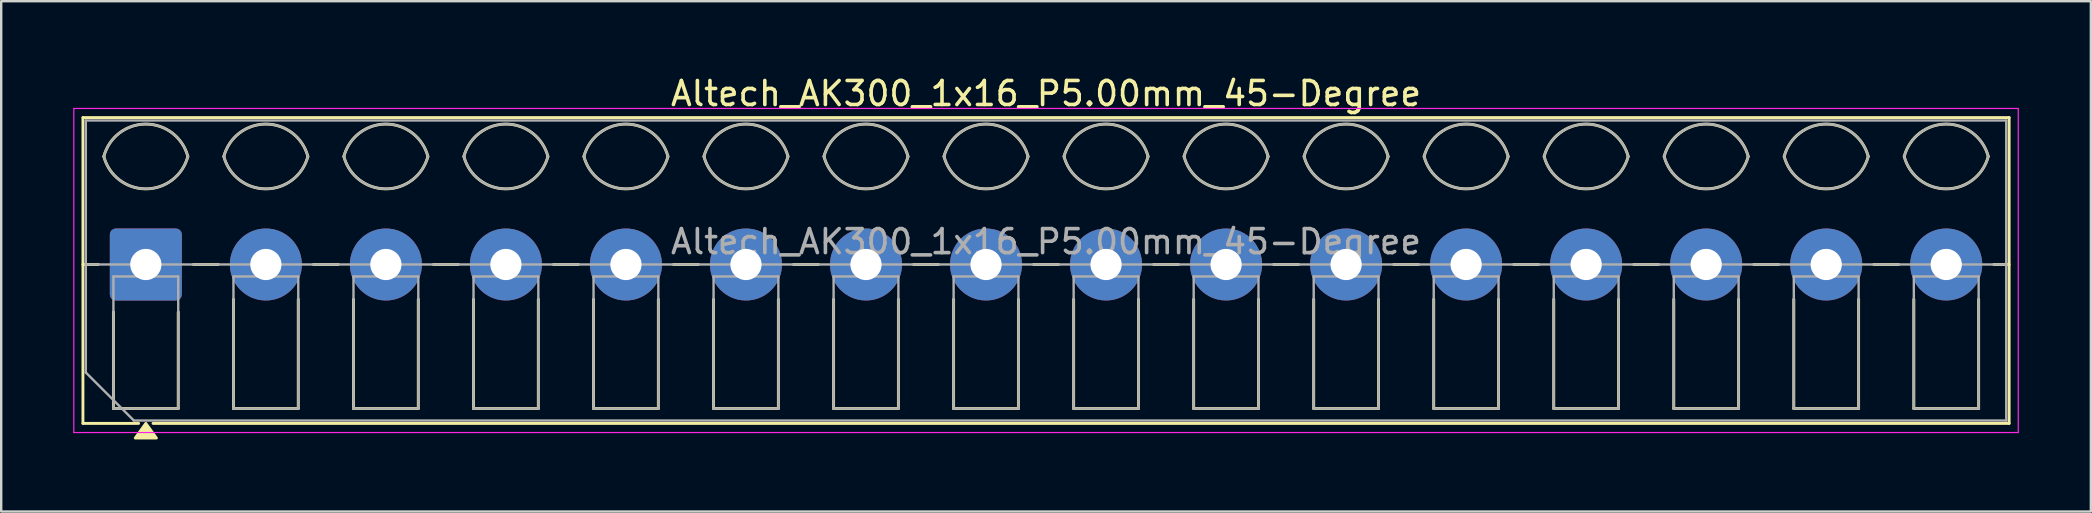
<source format=kicad_pcb>
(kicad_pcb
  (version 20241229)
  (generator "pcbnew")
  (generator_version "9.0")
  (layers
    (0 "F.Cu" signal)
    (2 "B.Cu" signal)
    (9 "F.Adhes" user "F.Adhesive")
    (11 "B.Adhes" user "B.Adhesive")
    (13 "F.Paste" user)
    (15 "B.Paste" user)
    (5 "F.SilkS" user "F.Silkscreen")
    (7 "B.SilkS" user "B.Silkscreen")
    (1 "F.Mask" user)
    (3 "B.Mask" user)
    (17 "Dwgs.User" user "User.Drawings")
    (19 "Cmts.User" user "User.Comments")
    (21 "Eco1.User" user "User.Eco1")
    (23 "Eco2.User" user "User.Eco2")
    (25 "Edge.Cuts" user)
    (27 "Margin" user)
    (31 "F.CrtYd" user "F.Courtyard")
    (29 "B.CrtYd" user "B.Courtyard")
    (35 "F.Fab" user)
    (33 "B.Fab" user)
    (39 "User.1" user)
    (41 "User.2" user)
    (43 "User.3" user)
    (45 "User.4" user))
  (footprint "Altech_AK300_1x16_P5.00mm_45-Degree"
    (layer "F.Cu")
    (at 3.025 7.968)
    (property "Reference" "Altech_AK300_1x16_P5.00mm_45-Degree" (at 37.5 -7.12 0) (layer "F.SilkS") (effects (font (size 1 1) (thickness 0.15))))
    (attr through_hole)
    (fp_line (start -2.62 -6.12) (end 77.62 -6.12) (stroke (width 0.12) (type solid)) (layer "F.SilkS"))
    (fp_line (start -2.62 0) (end -1.98 0) (stroke (width 0.12) (type solid)) (layer "F.SilkS"))
    (fp_line (start -2.62 6.62) (end -2.62 -6.12) (stroke (width 0.12) (type solid)) (layer "F.SilkS"))
    (fp_line (start -1.35 6) (end -1.35 1.98) (stroke (width 0.12) (type solid)) (layer "F.SilkS"))
    (fp_line (start -0.3 6.62) (end -2.62 6.62) (stroke (width 0.12) (type solid)) (layer "F.SilkS"))
    (fp_line (start 1.35 1.98) (end 1.35 6) (stroke (width 0.12) (type solid)) (layer "F.SilkS"))
    (fp_line (start 1.35 6) (end -1.35 6) (stroke (width 0.12) (type solid)) (layer "F.SilkS"))
    (fp_line (start 1.98 0) (end 3.02 0) (stroke (width 0.12) (type solid)) (layer "F.SilkS"))
    (fp_line (start 3.65 6) (end 3.65 1.448) (stroke (width 0.12) (type solid)) (layer "F.SilkS"))
    (fp_line (start 6.35 1.448) (end 6.35 6) (stroke (width 0.12) (type solid)) (layer "F.SilkS"))
    (fp_line (start 6.35 6) (end 3.65 6) (stroke (width 0.12) (type solid)) (layer "F.SilkS"))
    (fp_line (start 6.98 0) (end 8.02 0) (stroke (width 0.12) (type solid)) (layer "F.SilkS"))
    (fp_line (start 8.65 6) (end 8.65 1.448) (stroke (width 0.12) (type solid)) (layer "F.SilkS"))
    (fp_line (start 11.35 1.448) (end 11.35 6) (stroke (width 0.12) (type solid)) (layer "F.SilkS"))
    (fp_line (start 11.35 6) (end 8.65 6) (stroke (width 0.12) (type solid)) (layer "F.SilkS"))
    (fp_line (start 11.98 0) (end 13.02 0) (stroke (width 0.12) (type solid)) (layer "F.SilkS"))
    (fp_line (start 13.65 6) (end 13.65 1.448) (stroke (width 0.12) (type solid)) (layer "F.SilkS"))
    (fp_line (start 16.35 1.448) (end 16.35 6) (stroke (width 0.12) (type solid)) (layer "F.SilkS"))
    (fp_line (start 16.35 6) (end 13.65 6) (stroke (width 0.12) (type solid)) (layer "F.SilkS"))
    (fp_line (start 16.98 0) (end 18.02 0) (stroke (width 0.12) (type solid)) (layer "F.SilkS"))
    (fp_line (start 18.65 6) (end 18.65 1.448) (stroke (width 0.12) (type solid)) (layer "F.SilkS"))
    (fp_line (start 21.35 1.448) (end 21.35 6) (stroke (width 0.12) (type solid)) (layer "F.SilkS"))
    (fp_line (start 21.35 6) (end 18.65 6) (stroke (width 0.12) (type solid)) (layer "F.SilkS"))
    (fp_line (start 21.98 0) (end 23.02 0) (stroke (width 0.12) (type solid)) (layer "F.SilkS"))
    (fp_line (start 23.65 6) (end 23.65 1.448) (stroke (width 0.12) (type solid)) (layer "F.SilkS"))
    (fp_line (start 26.35 1.448) (end 26.35 6) (stroke (width 0.12) (type solid)) (layer "F.SilkS"))
    (fp_line (start 26.35 6) (end 23.65 6) (stroke (width 0.12) (type solid)) (layer "F.SilkS"))
    (fp_line (start 26.98 0) (end 28.02 0) (stroke (width 0.12) (type solid)) (layer "F.SilkS"))
    (fp_line (start 28.65 6) (end 28.65 1.448) (stroke (width 0.12) (type solid)) (layer "F.SilkS"))
    (fp_line (start 31.35 1.448) (end 31.35 6) (stroke (width 0.12) (type solid)) (layer "F.SilkS"))
    (fp_line (start 31.35 6) (end 28.65 6) (stroke (width 0.12) (type solid)) (layer "F.SilkS"))
    (fp_line (start 31.98 0) (end 33.02 0) (stroke (width 0.12) (type solid)) (layer "F.SilkS"))
    (fp_line (start 33.65 6) (end 33.65 1.448) (stroke (width 0.12) (type solid)) (layer "F.SilkS"))
    (fp_line (start 36.35 1.448) (end 36.35 6) (stroke (width 0.12) (type solid)) (layer "F.SilkS"))
    (fp_line (start 36.35 6) (end 33.65 6) (stroke (width 0.12) (type solid)) (layer "F.SilkS"))
    (fp_line (start 36.98 0) (end 38.02 0) (stroke (width 0.12) (type solid)) (layer "F.SilkS"))
    (fp_line (start 38.65 6) (end 38.65 1.448) (stroke (width 0.12) (type solid)) (layer "F.SilkS"))
    (fp_line (start 41.35 1.448) (end 41.35 6) (stroke (width 0.12) (type solid)) (layer "F.SilkS"))
    (fp_line (start 41.35 6) (end 38.65 6) (stroke (width 0.12) (type solid)) (layer "F.SilkS"))
    (fp_line (start 41.98 0) (end 43.02 0) (stroke (width 0.12) (type solid)) (layer "F.SilkS"))
    (fp_line (start 43.65 6) (end 43.65 1.448) (stroke (width 0.12) (type solid)) (layer "F.SilkS"))
    (fp_line (start 46.35 1.448) (end 46.35 6) (stroke (width 0.12) (type solid)) (layer "F.SilkS"))
    (fp_line (start 46.35 6) (end 43.65 6) (stroke (width 0.12) (type solid)) (layer "F.SilkS"))
    (fp_line (start 46.98 0) (end 48.02 0) (stroke (width 0.12) (type solid)) (layer "F.SilkS"))
    (fp_line (start 48.65 6) (end 48.65 1.448) (stroke (width 0.12) (type solid)) (layer "F.SilkS"))
    (fp_line (start 51.35 1.448) (end 51.35 6) (stroke (width 0.12) (type solid)) (layer "F.SilkS"))
    (fp_line (start 51.35 6) (end 48.65 6) (stroke (width 0.12) (type solid)) (layer "F.SilkS"))
    (fp_line (start 51.98 0) (end 53.02 0) (stroke (width 0.12) (type solid)) (layer "F.SilkS"))
    (fp_line (start 53.65 6) (end 53.65 1.448) (stroke (width 0.12) (type solid)) (layer "F.SilkS"))
    (fp_line (start 56.35 1.448) (end 56.35 6) (stroke (width 0.12) (type solid)) (layer "F.SilkS"))
    (fp_line (start 56.35 6) (end 53.65 6) (stroke (width 0.12) (type solid)) (layer "F.SilkS"))
    (fp_line (start 56.98 0) (end 58.02 0) (stroke (width 0.12) (type solid)) (layer "F.SilkS"))
    (fp_line (start 58.65 6) (end 58.65 1.448) (stroke (width 0.12) (type solid)) (layer "F.SilkS"))
    (fp_line (start 61.35 1.448) (end 61.35 6) (stroke (width 0.12) (type solid)) (layer "F.SilkS"))
    (fp_line (start 61.35 6) (end 58.65 6) (stroke (width 0.12) (type solid)) (layer "F.SilkS"))
    (fp_line (start 61.98 0) (end 63.02 0) (stroke (width 0.12) (type solid)) (layer "F.SilkS"))
    (fp_line (start 63.65 6) (end 63.65 1.448) (stroke (width 0.12) (type solid)) (layer "F.SilkS"))
    (fp_line (start 66.35 1.448) (end 66.35 6) (stroke (width 0.12) (type solid)) (layer "F.SilkS"))
    (fp_line (start 66.35 6) (end 63.65 6) (stroke (width 0.12) (type solid)) (layer "F.SilkS"))
    (fp_line (start 66.98 0) (end 68.02 0) (stroke (width 0.12) (type solid)) (layer "F.SilkS"))
    (fp_line (start 68.65 6) (end 68.65 1.448) (stroke (width 0.12) (type solid)) (layer "F.SilkS"))
    (fp_line (start 71.35 1.448) (end 71.35 6) (stroke (width 0.12) (type solid)) (layer "F.SilkS"))
    (fp_line (start 71.35 6) (end 68.65 6) (stroke (width 0.12) (type solid)) (layer "F.SilkS"))
    (fp_line (start 71.98 0) (end 73.02 0) (stroke (width 0.12) (type solid)) (layer "F.SilkS"))
    (fp_line (start 73.65 6) (end 73.65 1.448) (stroke (width 0.12) (type solid)) (layer "F.SilkS"))
    (fp_line (start 76.35 1.448) (end 76.35 6) (stroke (width 0.12) (type solid)) (layer "F.SilkS"))
    (fp_line (start 76.35 6) (end 73.65 6) (stroke (width 0.12) (type solid)) (layer "F.SilkS"))
    (fp_line (start 76.98 0) (end 77.62 0) (stroke (width 0.12) (type solid)) (layer "F.SilkS"))
    (fp_line (start 77.62 -6.12) (end 77.62 6.62) (stroke (width 0.12) (type solid)) (layer "F.SilkS"))
    (fp_line (start 77.62 6.62) (end 0.3 6.62) (stroke (width 0.12) (type solid)) (layer "F.SilkS"))
    (fp_arc (start -1.75 -4.5) (mid 0 -5.85) (end 1.75 -4.5) (stroke (width 0.12) (type solid)) (layer "F.SilkS"))
    (fp_arc (start 1.75 -4.5) (mid 0 -3.15) (end -1.75 -4.5) (stroke (width 0.12) (type solid)) (layer "F.SilkS"))
    (fp_arc (start 3.25 -4.5) (mid 5 -5.85) (end 6.75 -4.5) (stroke (width 0.12) (type solid)) (layer "F.SilkS"))
    (fp_arc (start 6.75 -4.5) (mid 5 -3.15) (end 3.25 -4.5) (stroke (width 0.12) (type solid)) (layer "F.SilkS"))
    (fp_arc (start 8.25 -4.5) (mid 10 -5.85) (end 11.75 -4.5) (stroke (width 0.12) (type solid)) (layer "F.SilkS"))
    (fp_arc (start 11.75 -4.5) (mid 10 -3.15) (end 8.25 -4.5) (stroke (width 0.12) (type solid)) (layer "F.SilkS"))
    (fp_arc (start 13.25 -4.5) (mid 15 -5.85) (end 16.75 -4.5) (stroke (width 0.12) (type solid)) (layer "F.SilkS"))
    (fp_arc (start 16.75 -4.5) (mid 15 -3.15) (end 13.25 -4.5) (stroke (width 0.12) (type solid)) (layer "F.SilkS"))
    (fp_arc (start 18.25 -4.5) (mid 20 -5.85) (end 21.75 -4.5) (stroke (width 0.12) (type solid)) (layer "F.SilkS"))
    (fp_arc (start 21.75 -4.5) (mid 20 -3.15) (end 18.25 -4.5) (stroke (width 0.12) (type solid)) (layer "F.SilkS"))
    (fp_arc (start 23.25 -4.5) (mid 25 -5.85) (end 26.75 -4.5) (stroke (width 0.12) (type solid)) (layer "F.SilkS"))
    (fp_arc (start 26.75 -4.5) (mid 25 -3.15) (end 23.25 -4.5) (stroke (width 0.12) (type solid)) (layer "F.SilkS"))
    (fp_arc (start 28.25 -4.5) (mid 30 -5.85) (end 31.75 -4.5) (stroke (width 0.12) (type solid)) (layer "F.SilkS"))
    (fp_arc (start 31.75 -4.5) (mid 30 -3.15) (end 28.25 -4.5) (stroke (width 0.12) (type solid)) (layer "F.SilkS"))
    (fp_arc (start 33.25 -4.5) (mid 35 -5.85) (end 36.75 -4.5) (stroke (width 0.12) (type solid)) (layer "F.SilkS"))
    (fp_arc (start 36.75 -4.5) (mid 35 -3.15) (end 33.25 -4.5) (stroke (width 0.12) (type solid)) (layer "F.SilkS"))
    (fp_arc (start 38.25 -4.5) (mid 40 -5.85) (end 41.75 -4.5) (stroke (width 0.12) (type solid)) (layer "F.SilkS"))
    (fp_arc (start 41.75 -4.5) (mid 40 -3.15) (end 38.25 -4.5) (stroke (width 0.12) (type solid)) (layer "F.SilkS"))
    (fp_arc (start 43.25 -4.5) (mid 45 -5.85) (end 46.75 -4.5) (stroke (width 0.12) (type solid)) (layer "F.SilkS"))
    (fp_arc (start 46.75 -4.5) (mid 45 -3.15) (end 43.25 -4.5) (stroke (width 0.12) (type solid)) (layer "F.SilkS"))
    (fp_arc (start 48.25 -4.5) (mid 50 -5.85) (end 51.75 -4.5) (stroke (width 0.12) (type solid)) (layer "F.SilkS"))
    (fp_arc (start 51.75 -4.5) (mid 50 -3.15) (end 48.25 -4.5) (stroke (width 0.12) (type solid)) (layer "F.SilkS"))
    (fp_arc (start 53.25 -4.5) (mid 55 -5.85) (end 56.75 -4.5) (stroke (width 0.12) (type solid)) (layer "F.SilkS"))
    (fp_arc (start 56.75 -4.5) (mid 55 -3.15) (end 53.25 -4.5) (stroke (width 0.12) (type solid)) (layer "F.SilkS"))
    (fp_arc (start 58.25 -4.5) (mid 60 -5.85) (end 61.75 -4.5) (stroke (width 0.12) (type solid)) (layer "F.SilkS"))
    (fp_arc (start 61.75 -4.5) (mid 60 -3.15) (end 58.25 -4.5) (stroke (width 0.12) (type solid)) (layer "F.SilkS"))
    (fp_arc (start 63.25 -4.5) (mid 65 -5.85) (end 66.75 -4.5) (stroke (width 0.12) (type solid)) (layer "F.SilkS"))
    (fp_arc (start 66.75 -4.5) (mid 65 -3.15) (end 63.25 -4.5) (stroke (width 0.12) (type solid)) (layer "F.SilkS"))
    (fp_arc (start 68.25 -4.5) (mid 70 -5.85) (end 71.75 -4.5) (stroke (width 0.12) (type solid)) (layer "F.SilkS"))
    (fp_arc (start 71.75 -4.5) (mid 70 -3.15) (end 68.25 -4.5) (stroke (width 0.12) (type solid)) (layer "F.SilkS"))
    (fp_arc (start 73.25 -4.5) (mid 75 -5.85) (end 76.75 -4.5) (stroke (width 0.12) (type solid)) (layer "F.SilkS"))
    (fp_arc (start 76.75 -4.5) (mid 75 -3.15) (end 73.25 -4.5) (stroke (width 0.12) (type solid)) (layer "F.SilkS"))
    (fp_poly (pts (xy 0 6.62) (xy 0.44 7.23) (xy -0.44 7.23)) (stroke (width 0.12) (type solid)) (fill yes) (layer "F.SilkS"))
    (fp_line (start -3 -6.5) (end -3 7) (stroke (width 0.05) (type solid)) (layer "F.CrtYd"))
    (fp_line (start -3 7) (end 78 7) (stroke (width 0.05) (type solid)) (layer "F.CrtYd"))
    (fp_line (start 78 -6.5) (end -3 -6.5) (stroke (width 0.05) (type solid)) (layer "F.CrtYd"))
    (fp_line (start 78 7) (end 78 -6.5) (stroke (width 0.05) (type solid)) (layer "F.CrtYd"))
    (fp_line (start -2.5 -6) (end 77.5 -6) (stroke (width 0.1) (type solid)) (layer "F.Fab"))
    (fp_line (start -2.5 0) (end 77.5 0) (stroke (width 0.1) (type solid)) (layer "F.Fab"))
    (fp_line (start -2.5 4.5) (end -2.5 -6) (stroke (width 0.1) (type solid)) (layer "F.Fab"))
    (fp_line (start -1.35 0.5) (end -1.35 6) (stroke (width 0.1) (type solid)) (layer "F.Fab"))
    (fp_line (start -1.35 6) (end 1.35 6) (stroke (width 0.1) (type solid)) (layer "F.Fab"))
    (fp_line (start -0.5 6.5) (end -2.5 4.5) (stroke (width 0.1) (type solid)) (layer "F.Fab"))
    (fp_line (start 1.35 0.5) (end -1.35 0.5) (stroke (width 0.1) (type solid)) (layer "F.Fab"))
    (fp_line (start 1.35 6) (end 1.35 0.5) (stroke (width 0.1) (type solid)) (layer "F.Fab"))
    (fp_line (start 3.65 0.5) (end 3.65 6) (stroke (width 0.1) (type solid)) (layer "F.Fab"))
    (fp_line (start 3.65 6) (end 6.35 6) (stroke (width 0.1) (type solid)) (layer "F.Fab"))
    (fp_line (start 6.35 0.5) (end 3.65 0.5) (stroke (width 0.1) (type solid)) (layer "F.Fab"))
    (fp_line (start 6.35 6) (end 6.35 0.5) (stroke (width 0.1) (type solid)) (layer "F.Fab"))
    (fp_line (start 8.65 0.5) (end 8.65 6) (stroke (width 0.1) (type solid)) (layer "F.Fab"))
    (fp_line (start 8.65 6) (end 11.351 6) (stroke (width 0.1) (type solid)) (layer "F.Fab"))
    (fp_line (start 11.351 0.5) (end 8.65 0.5) (stroke (width 0.1) (type solid)) (layer "F.Fab"))
    (fp_line (start 11.351 6) (end 11.351 0.5) (stroke (width 0.1) (type solid)) (layer "F.Fab"))
    (fp_line (start 13.65 0.5) (end 13.65 6) (stroke (width 0.1) (type solid)) (layer "F.Fab"))
    (fp_line (start 13.65 6) (end 16.351 6) (stroke (width 0.1) (type solid)) (layer "F.Fab"))
    (fp_line (start 16.351 0.5) (end 13.65 0.5) (stroke (width 0.1) (type solid)) (layer "F.Fab"))
    (fp_line (start 16.351 6) (end 16.351 0.5) (stroke (width 0.1) (type solid)) (layer "F.Fab"))
    (fp_line (start 18.65 0.5) (end 18.65 6) (stroke (width 0.1) (type solid)) (layer "F.Fab"))
    (fp_line (start 18.65 6) (end 21.35 6) (stroke (width 0.1) (type solid)) (layer "F.Fab"))
    (fp_line (start 21.35 0.5) (end 18.65 0.5) (stroke (width 0.1) (type solid)) (layer "F.Fab"))
    (fp_line (start 21.35 6) (end 21.35 0.5) (stroke (width 0.1) (type solid)) (layer "F.Fab"))
    (fp_line (start 23.65 0.5) (end 23.65 6) (stroke (width 0.1) (type solid)) (layer "F.Fab"))
    (fp_line (start 23.65 6) (end 26.35 6) (stroke (width 0.1) (type solid)) (layer "F.Fab"))
    (fp_line (start 26.35 0.5) (end 23.65 0.5) (stroke (width 0.1) (type solid)) (layer "F.Fab"))
    (fp_line (start 26.35 6) (end 26.35 0.5) (stroke (width 0.1) (type solid)) (layer "F.Fab"))
    (fp_line (start 28.65 0.5) (end 28.65 6) (stroke (width 0.1) (type solid)) (layer "F.Fab"))
    (fp_line (start 28.65 6) (end 31.35 6) (stroke (width 0.1) (type solid)) (layer "F.Fab"))
    (fp_line (start 31.35 0.5) (end 28.65 0.5) (stroke (width 0.1) (type solid)) (layer "F.Fab"))
    (fp_line (start 31.35 6) (end 31.35 0.5) (stroke (width 0.1) (type solid)) (layer "F.Fab"))
    (fp_line (start 33.65 0.5) (end 33.65 6) (stroke (width 0.1) (type solid)) (layer "F.Fab"))
    (fp_line (start 33.65 6) (end 36.35 6) (stroke (width 0.1) (type solid)) (layer "F.Fab"))
    (fp_line (start 36.35 0.5) (end 33.65 0.5) (stroke (width 0.1) (type solid)) (layer "F.Fab"))
    (fp_line (start 36.35 6) (end 36.35 0.5) (stroke (width 0.1) (type solid)) (layer "F.Fab"))
    (fp_line (start 38.65 0.5) (end 38.65 6) (stroke (width 0.1) (type solid)) (layer "F.Fab"))
    (fp_line (start 38.65 6) (end 41.35 6) (stroke (width 0.1) (type solid)) (layer "F.Fab"))
    (fp_line (start 41.35 0.5) (end 38.65 0.5) (stroke (width 0.1) (type solid)) (layer "F.Fab"))
    (fp_line (start 41.35 6) (end 41.35 0.5) (stroke (width 0.1) (type solid)) (layer "F.Fab"))
    (fp_line (start 43.65 0.5) (end 43.65 6) (stroke (width 0.1) (type solid)) (layer "F.Fab"))
    (fp_line (start 43.65 6) (end 46.35 6) (stroke (width 0.1) (type solid)) (layer "F.Fab"))
    (fp_line (start 46.35 0.5) (end 43.65 0.5) (stroke (width 0.1) (type solid)) (layer "F.Fab"))
    (fp_line (start 46.35 6) (end 46.35 0.5) (stroke (width 0.1) (type solid)) (layer "F.Fab"))
    (fp_line (start 48.65 0.5) (end 48.65 6) (stroke (width 0.1) (type solid)) (layer "F.Fab"))
    (fp_line (start 48.65 6) (end 51.35 6) (stroke (width 0.1) (type solid)) (layer "F.Fab"))
    (fp_line (start 51.35 0.5) (end 48.65 0.5) (stroke (width 0.1) (type solid)) (layer "F.Fab"))
    (fp_line (start 51.35 6) (end 51.35 0.5) (stroke (width 0.1) (type solid)) (layer "F.Fab"))
    (fp_line (start 53.65 0.5) (end 53.65 6) (stroke (width 0.1) (type solid)) (layer "F.Fab"))
    (fp_line (start 53.65 6) (end 56.35 6) (stroke (width 0.1) (type solid)) (layer "F.Fab"))
    (fp_line (start 56.35 0.5) (end 53.65 0.5) (stroke (width 0.1) (type solid)) (layer "F.Fab"))
    (fp_line (start 56.35 6) (end 56.35 0.5) (stroke (width 0.1) (type solid)) (layer "F.Fab"))
    (fp_line (start 58.65 0.5) (end 58.65 6) (stroke (width 0.1) (type solid)) (layer "F.Fab"))
    (fp_line (start 58.65 6) (end 61.35 6) (stroke (width 0.1) (type solid)) (layer "F.Fab"))
    (fp_line (start 61.35 0.5) (end 58.65 0.5) (stroke (width 0.1) (type solid)) (layer "F.Fab"))
    (fp_line (start 61.35 6) (end 61.35 0.5) (stroke (width 0.1) (type solid)) (layer "F.Fab"))
    (fp_line (start 63.65 0.5) (end 63.65 6) (stroke (width 0.1) (type solid)) (layer "F.Fab"))
    (fp_line (start 63.65 6) (end 66.35 6) (stroke (width 0.1) (type solid)) (layer "F.Fab"))
    (fp_line (start 66.35 0.5) (end 63.65 0.5) (stroke (width 0.1) (type solid)) (layer "F.Fab"))
    (fp_line (start 66.35 6) (end 66.35 0.5) (stroke (width 0.1) (type solid)) (layer "F.Fab"))
    (fp_line (start 68.65 0.5) (end 68.65 6) (stroke (width 0.1) (type solid)) (layer "F.Fab"))
    (fp_line (start 68.65 6) (end 71.35 6) (stroke (width 0.1) (type solid)) (layer "F.Fab"))
    (fp_line (start 71.35 0.5) (end 68.65 0.5) (stroke (width 0.1) (type solid)) (layer "F.Fab"))
    (fp_line (start 71.35 6) (end 71.35 0.5) (stroke (width 0.1) (type solid)) (layer "F.Fab"))
    (fp_line (start 73.65 0.5) (end 73.65 6) (stroke (width 0.1) (type solid)) (layer "F.Fab"))
    (fp_line (start 73.65 6) (end 76.35 6) (stroke (width 0.1) (type solid)) (layer "F.Fab"))
    (fp_line (start 76.35 0.5) (end 73.65 0.5) (stroke (width 0.1) (type solid)) (layer "F.Fab"))
    (fp_line (start 76.35 6) (end 76.35 0.5) (stroke (width 0.1) (type solid)) (layer "F.Fab"))
    (fp_line (start 77.5 -6) (end 77.5 6.5) (stroke (width 0.1) (type solid)) (layer "F.Fab"))
    (fp_line (start 77.5 6.5) (end -0.5 6.5) (stroke (width 0.1) (type solid)) (layer "F.Fab"))
    (fp_arc (start -1.75 -4.5) (mid 0 -5.85) (end 1.75 -4.5) (stroke (width 0.1) (type solid)) (layer "F.Fab"))
    (fp_arc (start 1.75 -4.5) (mid 0 -3.15) (end -1.75 -4.5) (stroke (width 0.1) (type solid)) (layer "F.Fab"))
    (fp_arc (start 3.25 -4.5) (mid 5 -5.85) (end 6.75 -4.5) (stroke (width 0.1) (type solid)) (layer "F.Fab"))
    (fp_arc (start 6.75 -4.5) (mid 5 -3.15) (end 3.25 -4.5) (stroke (width 0.1) (type solid)) (layer "F.Fab"))
    (fp_arc (start 8.25 -4.5) (mid 10 -5.85) (end 11.75 -4.5) (stroke (width 0.1) (type solid)) (layer "F.Fab"))
    (fp_arc (start 11.75 -4.5) (mid 10 -3.15) (end 8.25 -4.5) (stroke (width 0.1) (type solid)) (layer "F.Fab"))
    (fp_arc (start 13.25 -4.5) (mid 15 -5.85) (end 16.75 -4.5) (stroke (width 0.1) (type solid)) (layer "F.Fab"))
    (fp_arc (start 16.75 -4.5) (mid 15 -3.15) (end 13.25 -4.5) (stroke (width 0.1) (type solid)) (layer "F.Fab"))
    (fp_arc (start 18.25 -4.5) (mid 20 -5.85) (end 21.75 -4.5) (stroke (width 0.1) (type solid)) (layer "F.Fab"))
    (fp_arc (start 21.75 -4.5) (mid 20 -3.15) (end 18.25 -4.5) (stroke (width 0.1) (type solid)) (layer "F.Fab"))
    (fp_arc (start 23.25 -4.5) (mid 25 -5.85) (end 26.75 -4.5) (stroke (width 0.1) (type solid)) (layer "F.Fab"))
    (fp_arc (start 26.75 -4.5) (mid 25 -3.15) (end 23.25 -4.5) (stroke (width 0.1) (type solid)) (layer "F.Fab"))
    (fp_arc (start 28.25 -4.5) (mid 30 -5.85) (end 31.75 -4.5) (stroke (width 0.1) (type solid)) (layer "F.Fab"))
    (fp_arc (start 31.75 -4.5) (mid 30 -3.15) (end 28.25 -4.5) (stroke (width 0.1) (type solid)) (layer "F.Fab"))
    (fp_arc (start 33.25 -4.5) (mid 35 -5.85) (end 36.75 -4.5) (stroke (width 0.1) (type solid)) (layer "F.Fab"))
    (fp_arc (start 36.75 -4.5) (mid 35 -3.15) (end 33.25 -4.5) (stroke (width 0.1) (type solid)) (layer "F.Fab"))
    (fp_arc (start 38.25 -4.5) (mid 40 -5.85) (end 41.75 -4.5) (stroke (width 0.1) (type solid)) (layer "F.Fab"))
    (fp_arc (start 41.75 -4.5) (mid 40 -3.15) (end 38.25 -4.5) (stroke (width 0.1) (type solid)) (layer "F.Fab"))
    (fp_arc (start 43.25 -4.5) (mid 45 -5.85) (end 46.75 -4.5) (stroke (width 0.1) (type solid)) (layer "F.Fab"))
    (fp_arc (start 46.75 -4.5) (mid 45 -3.15) (end 43.25 -4.5) (stroke (width 0.1) (type solid)) (layer "F.Fab"))
    (fp_arc (start 48.25 -4.5) (mid 50 -5.85) (end 51.75 -4.5) (stroke (width 0.1) (type solid)) (layer "F.Fab"))
    (fp_arc (start 51.75 -4.5) (mid 50 -3.15) (end 48.25 -4.5) (stroke (width 0.1) (type solid)) (layer "F.Fab"))
    (fp_arc (start 53.25 -4.5) (mid 55 -5.85) (end 56.75 -4.5) (stroke (width 0.1) (type solid)) (layer "F.Fab"))
    (fp_arc (start 56.75 -4.5) (mid 55 -3.15) (end 53.25 -4.5) (stroke (width 0.1) (type solid)) (layer "F.Fab"))
    (fp_arc (start 58.25 -4.5) (mid 60 -5.85) (end 61.75 -4.5) (stroke (width 0.1) (type solid)) (layer "F.Fab"))
    (fp_arc (start 61.75 -4.5) (mid 60 -3.15) (end 58.25 -4.5) (stroke (width 0.1) (type solid)) (layer "F.Fab"))
    (fp_arc (start 63.25 -4.5) (mid 65 -5.85) (end 66.75 -4.5) (stroke (width 0.1) (type solid)) (layer "F.Fab"))
    (fp_arc (start 66.75 -4.5) (mid 65 -3.15) (end 63.25 -4.5) (stroke (width 0.1) (type solid)) (layer "F.Fab"))
    (fp_arc (start 68.25 -4.5) (mid 70 -5.85) (end 71.75 -4.5) (stroke (width 0.1) (type solid)) (layer "F.Fab"))
    (fp_arc (start 71.75 -4.5) (mid 70 -3.15) (end 68.25 -4.5) (stroke (width 0.1) (type solid)) (layer "F.Fab"))
    (fp_arc (start 73.25 -4.5) (mid 75 -5.85) (end 76.75 -4.5) (stroke (width 0.1) (type solid)) (layer "F.Fab"))
    (fp_arc (start 76.75 -4.5) (mid 75 -3.15) (end 73.25 -4.5) (stroke (width 0.1) (type solid)) (layer "F.Fab"))
    (fp_text user "${REFERENCE}" (at 37.5 -0.95 0) (layer "F.Fab") (effects (font (size 1 1) (thickness 0.15))))
    (pad "1" thru_hole roundrect (at 0 0) (size 3 3) (drill 1.3) (layers "*.Cu" "*.Mask") (roundrect_rratio 0.083))
    (pad "2" thru_hole circle (at 5 0) (size 3 3) (drill 1.3) (layers "*.Cu" "*.Mask"))
    (pad "3" thru_hole circle (at 10 0) (size 3 3) (drill 1.3) (layers "*.Cu" "*.Mask"))
    (pad "4" thru_hole circle (at 15 0) (size 3 3) (drill 1.3) (layers "*.Cu" "*.Mask"))
    (pad "5" thru_hole circle (at 20 0) (size 3 3) (drill 1.3) (layers "*.Cu" "*.Mask"))
    (pad "6" thru_hole circle (at 25 0) (size 3 3) (drill 1.3) (layers "*.Cu" "*.Mask"))
    (pad "7" thru_hole circle (at 30 0) (size 3 3) (drill 1.3) (layers "*.Cu" "*.Mask"))
    (pad "8" thru_hole circle (at 35 0) (size 3 3) (drill 1.3) (layers "*.Cu" "*.Mask"))
    (pad "9" thru_hole circle (at 40 0) (size 3 3) (drill 1.3) (layers "*.Cu" "*.Mask"))
    (pad "10" thru_hole circle (at 45 0) (size 3 3) (drill 1.3) (layers "*.Cu" "*.Mask"))
    (pad "11" thru_hole circle (at 50 0) (size 3 3) (drill 1.3) (layers "*.Cu" "*.Mask"))
    (pad "12" thru_hole circle (at 55 0) (size 3 3) (drill 1.3) (layers "*.Cu" "*.Mask"))
    (pad "13" thru_hole circle (at 60 0) (size 3 3) (drill 1.3) (layers "*.Cu" "*.Mask"))
    (pad "14" thru_hole circle (at 65 0) (size 3 3) (drill 1.3) (layers "*.Cu" "*.Mask"))
    (pad "15" thru_hole circle (at 70 0) (size 3 3) (drill 1.3) (layers "*.Cu" "*.Mask"))
    (pad "16" thru_hole circle (at 75 0) (size 3 3) (drill 1.3) (layers "*.Cu" "*.Mask")))
  (gr_rect
    (start -3 -3)
    (end 84.05 18.258)
    (stroke (width 0.1) (type default))
    (fill no)
    (layer "Edge.Cuts")))
</source>
